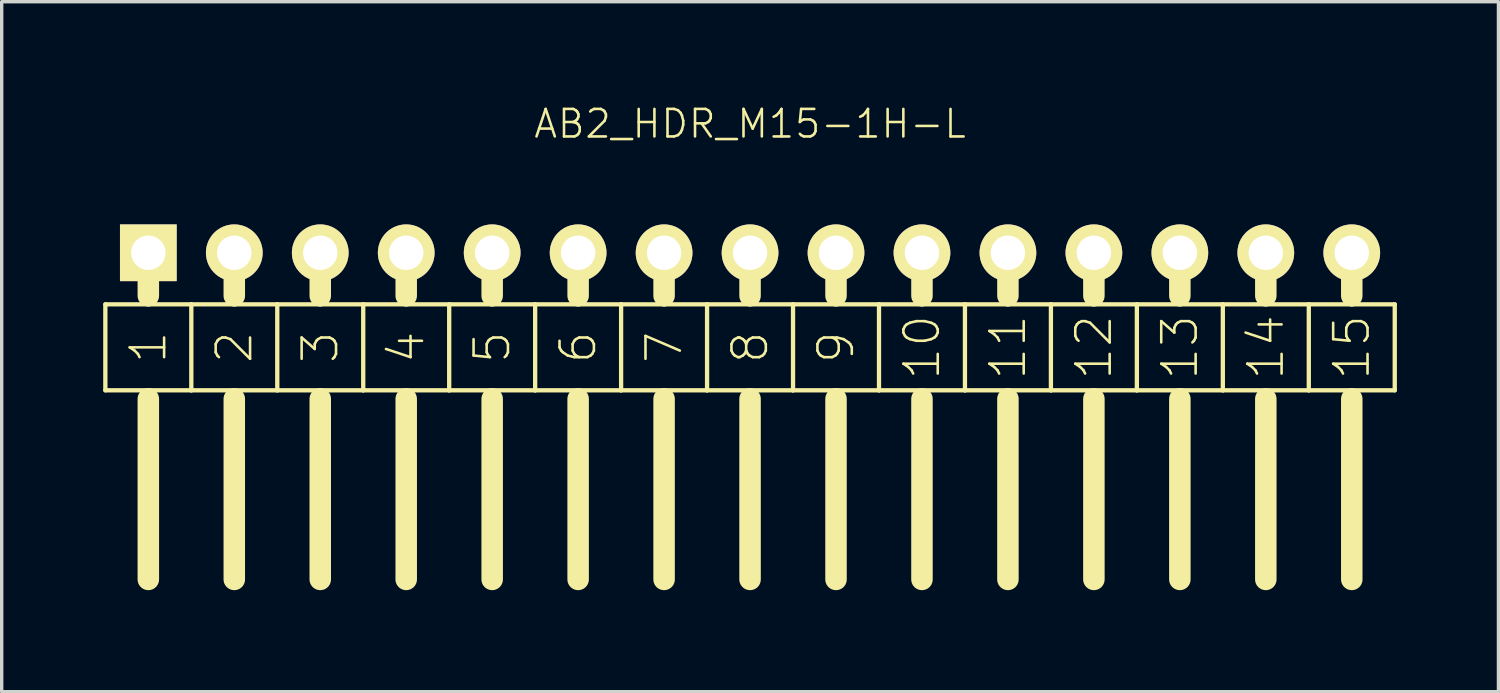
<source format=kicad_pcb>
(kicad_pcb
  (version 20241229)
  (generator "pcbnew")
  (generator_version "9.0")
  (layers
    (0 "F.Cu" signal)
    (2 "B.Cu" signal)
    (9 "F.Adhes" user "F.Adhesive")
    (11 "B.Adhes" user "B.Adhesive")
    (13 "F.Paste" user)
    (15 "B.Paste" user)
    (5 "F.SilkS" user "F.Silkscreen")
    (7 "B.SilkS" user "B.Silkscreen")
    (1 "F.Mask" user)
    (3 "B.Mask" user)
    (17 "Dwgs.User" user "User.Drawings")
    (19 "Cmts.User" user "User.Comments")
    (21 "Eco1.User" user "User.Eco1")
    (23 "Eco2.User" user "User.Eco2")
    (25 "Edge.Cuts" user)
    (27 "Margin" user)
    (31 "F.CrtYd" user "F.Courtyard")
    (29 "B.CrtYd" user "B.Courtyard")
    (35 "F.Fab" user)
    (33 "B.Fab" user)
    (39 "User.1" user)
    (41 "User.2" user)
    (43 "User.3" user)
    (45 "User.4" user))
  (footprint "AB2_HDR_M15-1H-L"
    (layer "F.Cu")
    (at 19.113 4.419)
    (property "Reference" "AB2_HDR_M15-1H-L" (at 0 -3.81 0) (layer "F.SilkS") (effects (font (size 0.813 0.813) (thickness 0.076))))
    (attr through_hole)
    (fp_line (start -19.05 1.524) (end -19.05 4.064) (stroke (width 0.127) (type solid)) (layer "F.SilkS"))
    (fp_line (start -19.05 4.064) (end -17.78 4.064) (stroke (width 0.127) (type solid)) (layer "F.SilkS"))
    (fp_line (start -17.78 0) (end -17.78 1.27) (stroke (width 0.635) (type solid)) (layer "F.SilkS"))
    (fp_line (start -17.78 1.524) (end -19.05 1.524) (stroke (width 0.127) (type solid)) (layer "F.SilkS"))
    (fp_line (start -17.78 4.064) (end -16.51 4.064) (stroke (width 0.127) (type solid)) (layer "F.SilkS"))
    (fp_line (start -17.78 4.318) (end -17.78 9.652) (stroke (width 0.635) (type solid)) (layer "F.SilkS"))
    (fp_line (start -16.51 1.524) (end -17.78 1.524) (stroke (width 0.127) (type solid)) (layer "F.SilkS"))
    (fp_line (start -16.51 4.064) (end -16.51 1.524) (stroke (width 0.127) (type solid)) (layer "F.SilkS"))
    (fp_line (start -16.51 4.064) (end -15.24 4.064) (stroke (width 0.127) (type solid)) (layer "F.SilkS"))
    (fp_line (start -15.24 0) (end -15.24 1.27) (stroke (width 0.635) (type solid)) (layer "F.SilkS"))
    (fp_line (start -15.24 1.524) (end -16.51 1.524) (stroke (width 0.127) (type solid)) (layer "F.SilkS"))
    (fp_line (start -15.24 4.064) (end -13.97 4.064) (stroke (width 0.127) (type solid)) (layer "F.SilkS"))
    (fp_line (start -15.24 4.318) (end -15.24 9.652) (stroke (width 0.635) (type solid)) (layer "F.SilkS"))
    (fp_line (start -13.97 1.524) (end -15.24 1.524) (stroke (width 0.127) (type solid)) (layer "F.SilkS"))
    (fp_line (start -13.97 4.064) (end -13.97 1.524) (stroke (width 0.127) (type solid)) (layer "F.SilkS"))
    (fp_line (start -13.97 4.064) (end -12.7 4.064) (stroke (width 0.127) (type solid)) (layer "F.SilkS"))
    (fp_line (start -12.7 0) (end -12.7 1.27) (stroke (width 0.635) (type solid)) (layer "F.SilkS"))
    (fp_line (start -12.7 1.524) (end -13.97 1.524) (stroke (width 0.127) (type solid)) (layer "F.SilkS"))
    (fp_line (start -12.7 4.064) (end -11.43 4.064) (stroke (width 0.127) (type solid)) (layer "F.SilkS"))
    (fp_line (start -12.7 4.318) (end -12.7 9.652) (stroke (width 0.635) (type solid)) (layer "F.SilkS"))
    (fp_line (start -11.43 1.524) (end -12.7 1.524) (stroke (width 0.127) (type solid)) (layer "F.SilkS"))
    (fp_line (start -11.43 4.064) (end -11.43 1.524) (stroke (width 0.127) (type solid)) (layer "F.SilkS"))
    (fp_line (start -11.43 4.064) (end -10.16 4.064) (stroke (width 0.127) (type solid)) (layer "F.SilkS"))
    (fp_line (start -10.16 0) (end -10.16 1.27) (stroke (width 0.635) (type solid)) (layer "F.SilkS"))
    (fp_line (start -10.16 1.524) (end -11.43 1.524) (stroke (width 0.127) (type solid)) (layer "F.SilkS"))
    (fp_line (start -10.16 4.064) (end -8.89 4.064) (stroke (width 0.127) (type solid)) (layer "F.SilkS"))
    (fp_line (start -10.16 4.318) (end -10.16 9.652) (stroke (width 0.635) (type solid)) (layer "F.SilkS"))
    (fp_line (start -8.89 1.524) (end -10.16 1.524) (stroke (width 0.127) (type solid)) (layer "F.SilkS"))
    (fp_line (start -8.89 4.064) (end -8.89 1.524) (stroke (width 0.127) (type solid)) (layer "F.SilkS"))
    (fp_line (start -8.89 4.064) (end -7.62 4.064) (stroke (width 0.127) (type solid)) (layer "F.SilkS"))
    (fp_line (start -7.62 0) (end -7.62 1.27) (stroke (width 0.635) (type solid)) (layer "F.SilkS"))
    (fp_line (start -7.62 1.524) (end -8.89 1.524) (stroke (width 0.127) (type solid)) (layer "F.SilkS"))
    (fp_line (start -7.62 4.064) (end -6.35 4.064) (stroke (width 0.127) (type solid)) (layer "F.SilkS"))
    (fp_line (start -7.62 4.318) (end -7.62 9.652) (stroke (width 0.635) (type solid)) (layer "F.SilkS"))
    (fp_line (start -6.35 1.524) (end -7.62 1.524) (stroke (width 0.127) (type solid)) (layer "F.SilkS"))
    (fp_line (start -6.35 4.064) (end -6.35 1.524) (stroke (width 0.127) (type solid)) (layer "F.SilkS"))
    (fp_line (start -6.35 4.064) (end -5.08 4.064) (stroke (width 0.127) (type solid)) (layer "F.SilkS"))
    (fp_line (start -5.08 0) (end -5.08 1.27) (stroke (width 0.635) (type solid)) (layer "F.SilkS"))
    (fp_line (start -5.08 1.524) (end -6.35 1.524) (stroke (width 0.127) (type solid)) (layer "F.SilkS"))
    (fp_line (start -5.08 4.064) (end -3.81 4.064) (stroke (width 0.127) (type solid)) (layer "F.SilkS"))
    (fp_line (start -5.08 4.318) (end -5.08 9.652) (stroke (width 0.635) (type solid)) (layer "F.SilkS"))
    (fp_line (start -3.81 1.524) (end -5.08 1.524) (stroke (width 0.127) (type solid)) (layer "F.SilkS"))
    (fp_line (start -3.81 4.064) (end -3.81 1.524) (stroke (width 0.127) (type solid)) (layer "F.SilkS"))
    (fp_line (start -3.81 4.064) (end -2.54 4.064) (stroke (width 0.127) (type solid)) (layer "F.SilkS"))
    (fp_line (start -2.54 0) (end -2.54 1.27) (stroke (width 0.635) (type solid)) (layer "F.SilkS"))
    (fp_line (start -2.54 1.524) (end -3.81 1.524) (stroke (width 0.127) (type solid)) (layer "F.SilkS"))
    (fp_line (start -2.54 4.064) (end -1.27 4.064) (stroke (width 0.127) (type solid)) (layer "F.SilkS"))
    (fp_line (start -2.54 4.318) (end -2.54 9.652) (stroke (width 0.635) (type solid)) (layer "F.SilkS"))
    (fp_line (start -1.27 1.524) (end -2.54 1.524) (stroke (width 0.127) (type solid)) (layer "F.SilkS"))
    (fp_line (start -1.27 4.064) (end -1.27 1.524) (stroke (width 0.127) (type solid)) (layer "F.SilkS"))
    (fp_line (start -1.27 4.064) (end 0 4.064) (stroke (width 0.127) (type solid)) (layer "F.SilkS"))
    (fp_line (start 0 0) (end 0 1.27) (stroke (width 0.635) (type solid)) (layer "F.SilkS"))
    (fp_line (start 0 1.524) (end -1.27 1.524) (stroke (width 0.127) (type solid)) (layer "F.SilkS"))
    (fp_line (start 0 4.064) (end 1.27 4.064) (stroke (width 0.127) (type solid)) (layer "F.SilkS"))
    (fp_line (start 0 4.318) (end 0 9.652) (stroke (width 0.635) (type solid)) (layer "F.SilkS"))
    (fp_line (start 1.27 1.524) (end 0 1.524) (stroke (width 0.127) (type solid)) (layer "F.SilkS"))
    (fp_line (start 1.27 4.064) (end 1.27 1.524) (stroke (width 0.127) (type solid)) (layer "F.SilkS"))
    (fp_line (start 1.27 4.064) (end 2.54 4.064) (stroke (width 0.127) (type solid)) (layer "F.SilkS"))
    (fp_line (start 2.54 0) (end 2.54 1.27) (stroke (width 0.635) (type solid)) (layer "F.SilkS"))
    (fp_line (start 2.54 1.524) (end 1.27 1.524) (stroke (width 0.127) (type solid)) (layer "F.SilkS"))
    (fp_line (start 2.54 4.064) (end 3.81 4.064) (stroke (width 0.127) (type solid)) (layer "F.SilkS"))
    (fp_line (start 2.54 4.318) (end 2.54 9.652) (stroke (width 0.635) (type solid)) (layer "F.SilkS"))
    (fp_line (start 3.81 1.524) (end 2.54 1.524) (stroke (width 0.127) (type solid)) (layer "F.SilkS"))
    (fp_line (start 3.81 4.064) (end 3.81 1.524) (stroke (width 0.127) (type solid)) (layer "F.SilkS"))
    (fp_line (start 3.81 4.064) (end 5.08 4.064) (stroke (width 0.127) (type solid)) (layer "F.SilkS"))
    (fp_line (start 5.08 0) (end 5.08 1.27) (stroke (width 0.635) (type solid)) (layer "F.SilkS"))
    (fp_line (start 5.08 1.524) (end 3.81 1.524) (stroke (width 0.127) (type solid)) (layer "F.SilkS"))
    (fp_line (start 5.08 4.064) (end 6.35 4.064) (stroke (width 0.127) (type solid)) (layer "F.SilkS"))
    (fp_line (start 5.08 4.318) (end 5.08 9.652) (stroke (width 0.635) (type solid)) (layer "F.SilkS"))
    (fp_line (start 6.35 1.524) (end 5.08 1.524) (stroke (width 0.127) (type solid)) (layer "F.SilkS"))
    (fp_line (start 6.35 4.064) (end 6.35 1.524) (stroke (width 0.127) (type solid)) (layer "F.SilkS"))
    (fp_line (start 6.35 4.064) (end 7.62 4.064) (stroke (width 0.127) (type solid)) (layer "F.SilkS"))
    (fp_line (start 7.62 0) (end 7.62 1.27) (stroke (width 0.635) (type solid)) (layer "F.SilkS"))
    (fp_line (start 7.62 1.524) (end 6.35 1.524) (stroke (width 0.127) (type solid)) (layer "F.SilkS"))
    (fp_line (start 7.62 4.064) (end 8.89 4.064) (stroke (width 0.127) (type solid)) (layer "F.SilkS"))
    (fp_line (start 7.62 4.318) (end 7.62 9.652) (stroke (width 0.635) (type solid)) (layer "F.SilkS"))
    (fp_line (start 8.89 1.524) (end 7.62 1.524) (stroke (width 0.127) (type solid)) (layer "F.SilkS"))
    (fp_line (start 8.89 4.064) (end 8.89 1.524) (stroke (width 0.127) (type solid)) (layer "F.SilkS"))
    (fp_line (start 8.89 4.064) (end 10.16 4.064) (stroke (width 0.127) (type solid)) (layer "F.SilkS"))
    (fp_line (start 10.16 0) (end 10.16 1.27) (stroke (width 0.635) (type solid)) (layer "F.SilkS"))
    (fp_line (start 10.16 1.524) (end 8.89 1.524) (stroke (width 0.127) (type solid)) (layer "F.SilkS"))
    (fp_line (start 10.16 4.064) (end 11.43 4.064) (stroke (width 0.127) (type solid)) (layer "F.SilkS"))
    (fp_line (start 10.16 4.318) (end 10.16 9.652) (stroke (width 0.635) (type solid)) (layer "F.SilkS"))
    (fp_line (start 11.43 1.524) (end 10.16 1.524) (stroke (width 0.127) (type solid)) (layer "F.SilkS"))
    (fp_line (start 11.43 4.064) (end 11.43 1.524) (stroke (width 0.127) (type solid)) (layer "F.SilkS"))
    (fp_line (start 11.43 4.064) (end 12.7 4.064) (stroke (width 0.127) (type solid)) (layer "F.SilkS"))
    (fp_line (start 12.7 0) (end 12.7 1.27) (stroke (width 0.635) (type solid)) (layer "F.SilkS"))
    (fp_line (start 12.7 1.524) (end 11.43 1.524) (stroke (width 0.127) (type solid)) (layer "F.SilkS"))
    (fp_line (start 12.7 4.064) (end 13.97 4.064) (stroke (width 0.127) (type solid)) (layer "F.SilkS"))
    (fp_line (start 12.7 4.318) (end 12.7 9.652) (stroke (width 0.635) (type solid)) (layer "F.SilkS"))
    (fp_line (start 13.97 1.524) (end 12.7 1.524) (stroke (width 0.127) (type solid)) (layer "F.SilkS"))
    (fp_line (start 13.97 4.064) (end 13.97 1.524) (stroke (width 0.127) (type solid)) (layer "F.SilkS"))
    (fp_line (start 13.97 4.064) (end 15.24 4.064) (stroke (width 0.127) (type solid)) (layer "F.SilkS"))
    (fp_line (start 15.24 0) (end 15.24 1.27) (stroke (width 0.635) (type solid)) (layer "F.SilkS"))
    (fp_line (start 15.24 1.524) (end 13.97 1.524) (stroke (width 0.127) (type solid)) (layer "F.SilkS"))
    (fp_line (start 15.24 4.064) (end 16.51 4.064) (stroke (width 0.127) (type solid)) (layer "F.SilkS"))
    (fp_line (start 15.24 4.318) (end 15.24 9.652) (stroke (width 0.635) (type solid)) (layer "F.SilkS"))
    (fp_line (start 16.51 1.524) (end 15.24 1.524) (stroke (width 0.127) (type solid)) (layer "F.SilkS"))
    (fp_line (start 16.51 4.064) (end 16.51 1.524) (stroke (width 0.127) (type solid)) (layer "F.SilkS"))
    (fp_line (start 16.51 4.064) (end 17.78 4.064) (stroke (width 0.127) (type solid)) (layer "F.SilkS"))
    (fp_line (start 17.78 0) (end 17.78 1.27) (stroke (width 0.635) (type solid)) (layer "F.SilkS"))
    (fp_line (start 17.78 1.524) (end 16.51 1.524) (stroke (width 0.127) (type solid)) (layer "F.SilkS"))
    (fp_line (start 17.78 4.064) (end 19.05 4.064) (stroke (width 0.127) (type solid)) (layer "F.SilkS"))
    (fp_line (start 17.78 4.318) (end 17.78 9.652) (stroke (width 0.635) (type solid)) (layer "F.SilkS"))
    (fp_line (start 19.05 1.524) (end 17.78 1.524) (stroke (width 0.127) (type solid)) (layer "F.SilkS"))
    (fp_line (start 19.05 4.064) (end 19.05 1.524) (stroke (width 0.127) (type solid)) (layer "F.SilkS"))
    (fp_text user "10" (at 5.08 2.794 90) (layer "F.SilkS") (effects (font (size 1.016 1.016) (thickness 0.076))))
    (fp_text user "15" (at 17.78 2.794 90) (layer "F.SilkS") (effects (font (size 1.016 1.016) (thickness 0.076))))
    (fp_text user "2" (at -15.24 2.794 90) (layer "F.SilkS") (effects (font (size 1.016 1.016) (thickness 0.076))))
    (fp_text user "7" (at -2.54 2.794 90) (layer "F.SilkS") (effects (font (size 1.016 1.016) (thickness 0.076))))
    (fp_text user "6" (at -5.08 2.794 90) (layer "F.SilkS") (effects (font (size 1.016 1.016) (thickness 0.076))))
    (fp_text user "14" (at 15.24 2.794 90) (layer "F.SilkS") (effects (font (size 1.016 1.016) (thickness 0.076))))
    (fp_text user "13" (at 12.7 2.794 90) (layer "F.SilkS") (effects (font (size 1.016 1.016) (thickness 0.076))))
    (fp_text user "1" (at -17.78 2.794 90) (layer "F.SilkS") (effects (font (size 1.016 1.016) (thickness 0.076))))
    (fp_text user "8" (at 0 2.794 90) (layer "F.SilkS") (effects (font (size 1.016 1.016) (thickness 0.076))))
    (fp_text user "12" (at 10.16 2.794 90) (layer "F.SilkS") (effects (font (size 1.016 1.016) (thickness 0.076))))
    (fp_text user "9" (at 2.54 2.794 90) (layer "F.SilkS") (effects (font (size 1.016 1.016) (thickness 0.076))))
    (fp_text user "3" (at -12.7 2.794 90) (layer "F.SilkS") (effects (font (size 1.016 1.016) (thickness 0.076))))
    (fp_text user "4" (at -10.16 2.794 90) (layer "F.SilkS") (effects (font (size 1.016 1.016) (thickness 0.076))))
    (fp_text user "11" (at 7.62 2.794 90) (layer "F.SilkS") (effects (font (size 1.016 1.016) (thickness 0.076))))
    (fp_text user "5" (at -7.62 2.794 90) (layer "F.SilkS") (effects (font (size 1.016 1.016) (thickness 0.076))))
    (pad "1" thru_hole rect (at -17.78 0) (size 1.676 1.676) (drill 1.016) (layers "*.Cu" "*.Mask" "F.SilkS"))
    (pad "2" thru_hole circle (at -15.24 0) (size 1.676 1.676) (drill 1.016) (layers "*.Cu" "*.Mask" "F.SilkS"))
    (pad "3" thru_hole circle (at -12.7 0) (size 1.676 1.676) (drill 1.016) (layers "*.Cu" "*.Mask" "F.SilkS"))
    (pad "4" thru_hole circle (at -10.16 0) (size 1.676 1.676) (drill 1.016) (layers "*.Cu" "*.Mask" "F.SilkS"))
    (pad "5" thru_hole circle (at -7.62 0) (size 1.676 1.676) (drill 1.016) (layers "*.Cu" "*.Mask" "F.SilkS"))
    (pad "6" thru_hole circle (at -5.08 0) (size 1.676 1.676) (drill 1.016) (layers "*.Cu" "*.Mask" "F.SilkS"))
    (pad "7" thru_hole circle (at -2.54 0) (size 1.676 1.676) (drill 1.016) (layers "*.Cu" "*.Mask" "F.SilkS"))
    (pad "8" thru_hole circle (at 0 0) (size 1.676 1.676) (drill 1.016) (layers "*.Cu" "*.Mask" "F.SilkS"))
    (pad "9" thru_hole circle (at 2.54 0) (size 1.676 1.676) (drill 1.016) (layers "*.Cu" "*.Mask" "F.SilkS"))
    (pad "10" thru_hole circle (at 5.08 0) (size 1.676 1.676) (drill 1.016) (layers "*.Cu" "*.Mask" "F.SilkS"))
    (pad "11" thru_hole circle (at 7.62 0) (size 1.676 1.676) (drill 1.016) (layers "*.Cu" "*.Mask" "F.SilkS"))
    (pad "12" thru_hole circle (at 10.16 0) (size 1.676 1.676) (drill 1.016) (layers "*.Cu" "*.Mask" "F.SilkS"))
    (pad "13" thru_hole circle (at 12.7 0) (size 1.676 1.676) (drill 1.016) (layers "*.Cu" "*.Mask" "F.SilkS"))
    (pad "14" thru_hole circle (at 15.24 0) (size 1.676 1.676) (drill 1.016) (layers "*.Cu" "*.Mask" "F.SilkS"))
    (pad "15" thru_hole circle (at 17.78 0) (size 1.676 1.676) (drill 1.016) (layers "*.Cu" "*.Mask" "F.SilkS")))
  (gr_rect
    (start -3 -3)
    (end 41.227 17.389)
    (stroke (width 0.1) (type default))
    (fill no)
    (layer "Edge.Cuts")))
</source>
